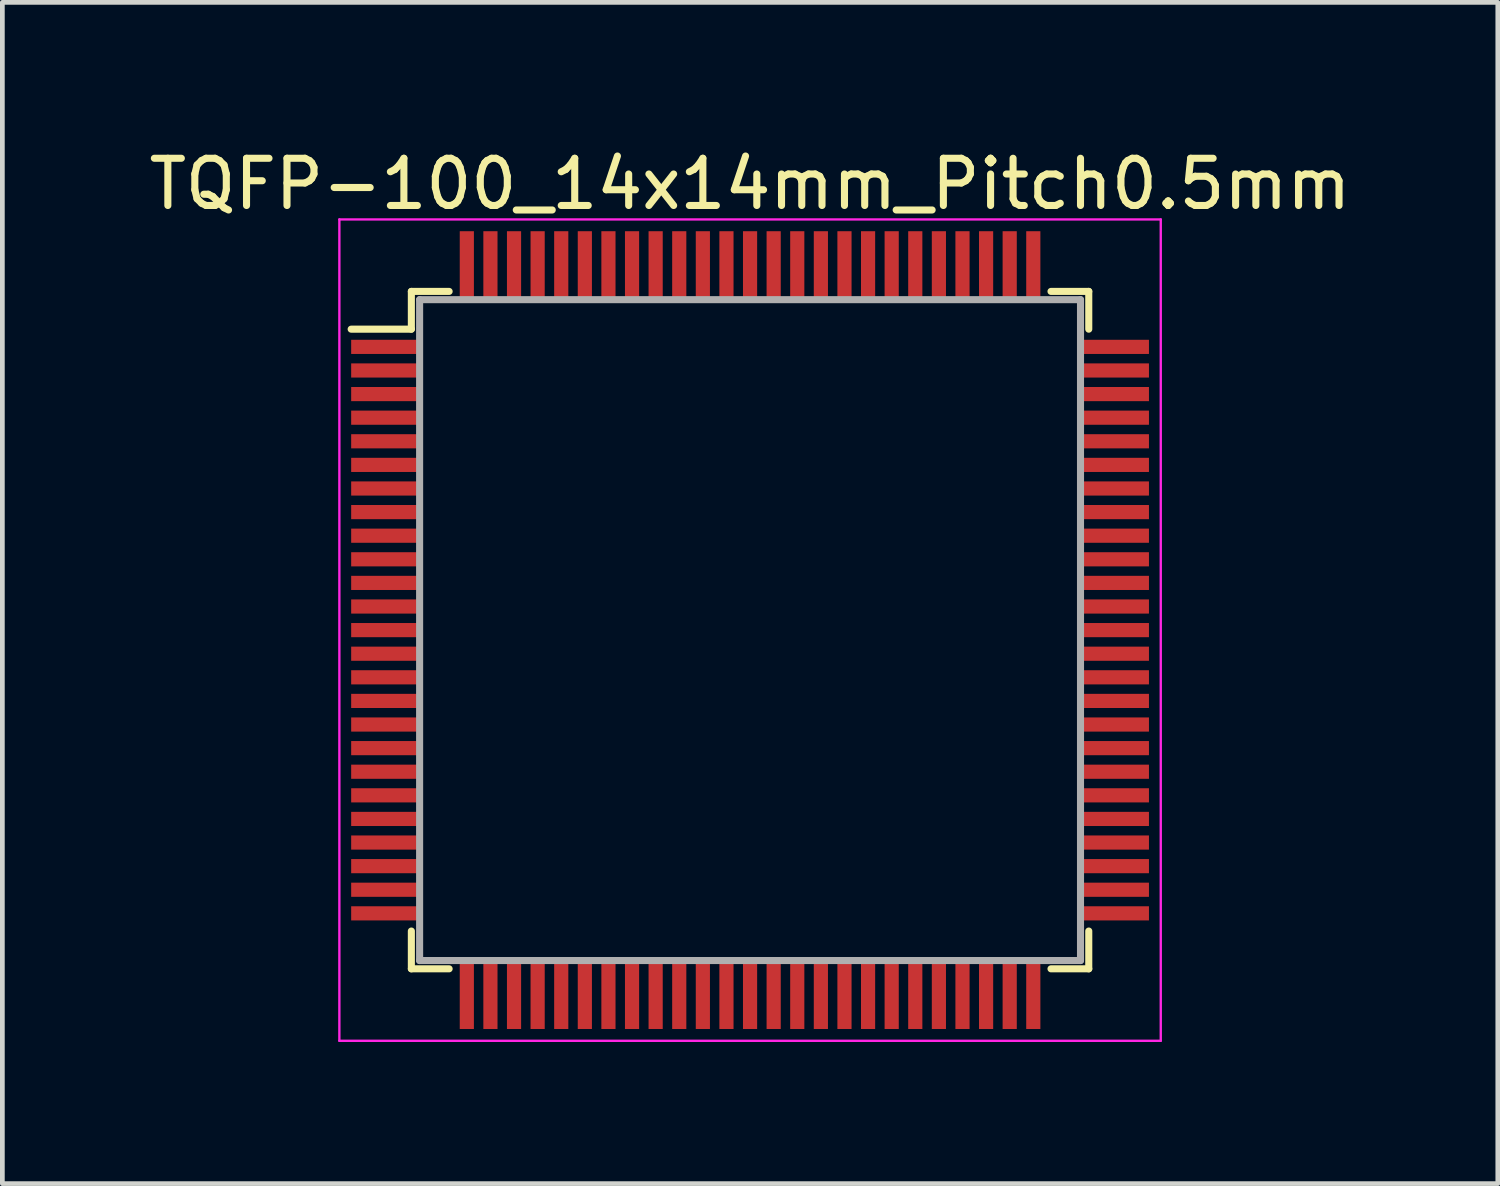
<source format=kicad_pcb>
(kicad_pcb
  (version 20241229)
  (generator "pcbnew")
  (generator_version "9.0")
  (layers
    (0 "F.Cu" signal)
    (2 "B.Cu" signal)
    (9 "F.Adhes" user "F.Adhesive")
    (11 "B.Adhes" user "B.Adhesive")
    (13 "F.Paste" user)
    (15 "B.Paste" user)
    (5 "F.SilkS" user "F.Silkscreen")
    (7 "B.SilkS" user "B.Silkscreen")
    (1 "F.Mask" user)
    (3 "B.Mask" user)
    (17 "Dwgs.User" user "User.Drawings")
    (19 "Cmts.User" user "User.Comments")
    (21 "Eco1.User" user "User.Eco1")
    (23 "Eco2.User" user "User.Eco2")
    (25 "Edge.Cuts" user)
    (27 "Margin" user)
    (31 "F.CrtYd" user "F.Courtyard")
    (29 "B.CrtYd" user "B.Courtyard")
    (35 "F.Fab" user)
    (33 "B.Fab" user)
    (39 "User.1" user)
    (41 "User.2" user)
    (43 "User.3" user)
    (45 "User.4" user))
  (footprint "TQFP-100_14x14mm_Pitch0.5mm"
    (layer "F.Cu")
    (at 12.839 10.298)
    (property "Reference" "TQFP-100_14x14mm_Pitch0.5mm" (at 0 -9.45 0) (layer "F.SilkS") (effects (font (size 1 1) (thickness 0.15))))
    (attr smd)
    (fp_line (start -7.175 -7.175) (end -7.175 -6.375) (stroke (width 0.15) (type solid)) (layer "F.SilkS"))
    (fp_line (start -7.175 -7.175) (end -6.375 -7.175) (stroke (width 0.15) (type solid)) (layer "F.SilkS"))
    (fp_line (start -7.175 -6.375) (end -8.45 -6.375) (stroke (width 0.15) (type solid)) (layer "F.SilkS"))
    (fp_line (start -7.175 7.175) (end -7.175 6.375) (stroke (width 0.15) (type solid)) (layer "F.SilkS"))
    (fp_line (start -7.175 7.175) (end -6.375 7.175) (stroke (width 0.15) (type solid)) (layer "F.SilkS"))
    (fp_line (start 7.175 -7.175) (end 6.375 -7.175) (stroke (width 0.15) (type solid)) (layer "F.SilkS"))
    (fp_line (start 7.175 -7.175) (end 7.175 -6.375) (stroke (width 0.15) (type solid)) (layer "F.SilkS"))
    (fp_line (start 7.175 7.175) (end 6.375 7.175) (stroke (width 0.15) (type solid)) (layer "F.SilkS"))
    (fp_line (start 7.175 7.175) (end 7.175 6.375) (stroke (width 0.15) (type solid)) (layer "F.SilkS"))
    (fp_line (start -8.7 -8.7) (end -8.7 8.7) (stroke (width 0.05) (type solid)) (layer "F.CrtYd"))
    (fp_line (start -8.7 -8.7) (end 8.7 -8.7) (stroke (width 0.05) (type solid)) (layer "F.CrtYd"))
    (fp_line (start -8.7 8.7) (end 8.7 8.7) (stroke (width 0.05) (type solid)) (layer "F.CrtYd"))
    (fp_line (start 8.7 -8.7) (end 8.7 8.7) (stroke (width 0.05) (type solid)) (layer "F.CrtYd"))
    (fp_line (start -7 -7) (end 7 -7) (stroke (width 0.15) (type solid)) (layer "F.Fab"))
    (fp_line (start -7 7) (end -7 -7) (stroke (width 0.15) (type solid)) (layer "F.Fab"))
    (fp_line (start 7 -7) (end 7 7) (stroke (width 0.15) (type solid)) (layer "F.Fab"))
    (fp_line (start 7 7) (end -7 7) (stroke (width 0.15) (type solid)) (layer "F.Fab"))
    (pad "1" smd rect (at -7.7 -6) (size 1.5 0.3) (layers "F.Cu" "F.Mask" "F.Paste"))
    (pad "2" smd rect (at -7.7 -5.5) (size 1.5 0.3) (layers "F.Cu" "F.Mask" "F.Paste"))
    (pad "3" smd rect (at -7.7 -5) (size 1.5 0.3) (layers "F.Cu" "F.Mask" "F.Paste"))
    (pad "4" smd rect (at -7.7 -4.5) (size 1.5 0.3) (layers "F.Cu" "F.Mask" "F.Paste"))
    (pad "5" smd rect (at -7.7 -4) (size 1.5 0.3) (layers "F.Cu" "F.Mask" "F.Paste"))
    (pad "6" smd rect (at -7.7 -3.5) (size 1.5 0.3) (layers "F.Cu" "F.Mask" "F.Paste"))
    (pad "7" smd rect (at -7.7 -3) (size 1.5 0.3) (layers "F.Cu" "F.Mask" "F.Paste"))
    (pad "8" smd rect (at -7.7 -2.5) (size 1.5 0.3) (layers "F.Cu" "F.Mask" "F.Paste"))
    (pad "9" smd rect (at -7.7 -2) (size 1.5 0.3) (layers "F.Cu" "F.Mask" "F.Paste"))
    (pad "10" smd rect (at -7.7 -1.5) (size 1.5 0.3) (layers "F.Cu" "F.Mask" "F.Paste"))
    (pad "11" smd rect (at -7.7 -1) (size 1.5 0.3) (layers "F.Cu" "F.Mask" "F.Paste"))
    (pad "12" smd rect (at -7.7 -0.5) (size 1.5 0.3) (layers "F.Cu" "F.Mask" "F.Paste"))
    (pad "13" smd rect (at -7.7 0) (size 1.5 0.3) (layers "F.Cu" "F.Mask" "F.Paste"))
    (pad "14" smd rect (at -7.7 0.5) (size 1.5 0.3) (layers "F.Cu" "F.Mask" "F.Paste"))
    (pad "15" smd rect (at -7.7 1) (size 1.5 0.3) (layers "F.Cu" "F.Mask" "F.Paste"))
    (pad "16" smd rect (at -7.7 1.5) (size 1.5 0.3) (layers "F.Cu" "F.Mask" "F.Paste"))
    (pad "17" smd rect (at -7.7 2) (size 1.5 0.3) (layers "F.Cu" "F.Mask" "F.Paste"))
    (pad "18" smd rect (at -7.7 2.5) (size 1.5 0.3) (layers "F.Cu" "F.Mask" "F.Paste"))
    (pad "19" smd rect (at -7.7 3) (size 1.5 0.3) (layers "F.Cu" "F.Mask" "F.Paste"))
    (pad "20" smd rect (at -7.7 3.5) (size 1.5 0.3) (layers "F.Cu" "F.Mask" "F.Paste"))
    (pad "21" smd rect (at -7.7 4) (size 1.5 0.3) (layers "F.Cu" "F.Mask" "F.Paste"))
    (pad "22" smd rect (at -7.7 4.5) (size 1.5 0.3) (layers "F.Cu" "F.Mask" "F.Paste"))
    (pad "23" smd rect (at -7.7 5) (size 1.5 0.3) (layers "F.Cu" "F.Mask" "F.Paste"))
    (pad "24" smd rect (at -7.7 5.5) (size 1.5 0.3) (layers "F.Cu" "F.Mask" "F.Paste"))
    (pad "25" smd rect (at -7.7 6) (size 1.5 0.3) (layers "F.Cu" "F.Mask" "F.Paste"))
    (pad "26" smd rect (at -6 7.7 90) (size 1.5 0.3) (layers "F.Cu" "F.Mask" "F.Paste"))
    (pad "27" smd rect (at -5.5 7.7 90) (size 1.5 0.3) (layers "F.Cu" "F.Mask" "F.Paste"))
    (pad "28" smd rect (at -5 7.7 90) (size 1.5 0.3) (layers "F.Cu" "F.Mask" "F.Paste"))
    (pad "29" smd rect (at -4.5 7.7 90) (size 1.5 0.3) (layers "F.Cu" "F.Mask" "F.Paste"))
    (pad "30" smd rect (at -4 7.7 90) (size 1.5 0.3) (layers "F.Cu" "F.Mask" "F.Paste"))
    (pad "31" smd rect (at -3.5 7.7 90) (size 1.5 0.3) (layers "F.Cu" "F.Mask" "F.Paste"))
    (pad "32" smd rect (at -3 7.7 90) (size 1.5 0.3) (layers "F.Cu" "F.Mask" "F.Paste"))
    (pad "33" smd rect (at -2.5 7.7 90) (size 1.5 0.3) (layers "F.Cu" "F.Mask" "F.Paste"))
    (pad "34" smd rect (at -2 7.7 90) (size 1.5 0.3) (layers "F.Cu" "F.Mask" "F.Paste"))
    (pad "35" smd rect (at -1.5 7.7 90) (size 1.5 0.3) (layers "F.Cu" "F.Mask" "F.Paste"))
    (pad "36" smd rect (at -1 7.7 90) (size 1.5 0.3) (layers "F.Cu" "F.Mask" "F.Paste"))
    (pad "37" smd rect (at -0.5 7.7 90) (size 1.5 0.3) (layers "F.Cu" "F.Mask" "F.Paste"))
    (pad "38" smd rect (at 0 7.7 90) (size 1.5 0.3) (layers "F.Cu" "F.Mask" "F.Paste"))
    (pad "39" smd rect (at 0.5 7.7 90) (size 1.5 0.3) (layers "F.Cu" "F.Mask" "F.Paste"))
    (pad "40" smd rect (at 1 7.7 90) (size 1.5 0.3) (layers "F.Cu" "F.Mask" "F.Paste"))
    (pad "41" smd rect (at 1.5 7.7 90) (size 1.5 0.3) (layers "F.Cu" "F.Mask" "F.Paste"))
    (pad "42" smd rect (at 2 7.7 90) (size 1.5 0.3) (layers "F.Cu" "F.Mask" "F.Paste"))
    (pad "43" smd rect (at 2.5 7.7 90) (size 1.5 0.3) (layers "F.Cu" "F.Mask" "F.Paste"))
    (pad "44" smd rect (at 3 7.7 90) (size 1.5 0.3) (layers "F.Cu" "F.Mask" "F.Paste"))
    (pad "45" smd rect (at 3.5 7.7 90) (size 1.5 0.3) (layers "F.Cu" "F.Mask" "F.Paste"))
    (pad "46" smd rect (at 4 7.7 90) (size 1.5 0.3) (layers "F.Cu" "F.Mask" "F.Paste"))
    (pad "47" smd rect (at 4.5 7.7 90) (size 1.5 0.3) (layers "F.Cu" "F.Mask" "F.Paste"))
    (pad "48" smd rect (at 5 7.7 90) (size 1.5 0.3) (layers "F.Cu" "F.Mask" "F.Paste"))
    (pad "49" smd rect (at 5.5 7.7 90) (size 1.5 0.3) (layers "F.Cu" "F.Mask" "F.Paste"))
    (pad "50" smd rect (at 6 7.7 90) (size 1.5 0.3) (layers "F.Cu" "F.Mask" "F.Paste"))
    (pad "51" smd rect (at 7.7 6) (size 1.5 0.3) (layers "F.Cu" "F.Mask" "F.Paste"))
    (pad "52" smd rect (at 7.7 5.5) (size 1.5 0.3) (layers "F.Cu" "F.Mask" "F.Paste"))
    (pad "53" smd rect (at 7.7 5) (size 1.5 0.3) (layers "F.Cu" "F.Mask" "F.Paste"))
    (pad "54" smd rect (at 7.7 4.5) (size 1.5 0.3) (layers "F.Cu" "F.Mask" "F.Paste"))
    (pad "55" smd rect (at 7.7 4) (size 1.5 0.3) (layers "F.Cu" "F.Mask" "F.Paste"))
    (pad "56" smd rect (at 7.7 3.5) (size 1.5 0.3) (layers "F.Cu" "F.Mask" "F.Paste"))
    (pad "57" smd rect (at 7.7 3) (size 1.5 0.3) (layers "F.Cu" "F.Mask" "F.Paste"))
    (pad "58" smd rect (at 7.7 2.5) (size 1.5 0.3) (layers "F.Cu" "F.Mask" "F.Paste"))
    (pad "59" smd rect (at 7.7 2) (size 1.5 0.3) (layers "F.Cu" "F.Mask" "F.Paste"))
    (pad "60" smd rect (at 7.7 1.5) (size 1.5 0.3) (layers "F.Cu" "F.Mask" "F.Paste"))
    (pad "61" smd rect (at 7.7 1) (size 1.5 0.3) (layers "F.Cu" "F.Mask" "F.Paste"))
    (pad "62" smd rect (at 7.7 0.5) (size 1.5 0.3) (layers "F.Cu" "F.Mask" "F.Paste"))
    (pad "63" smd rect (at 7.7 0) (size 1.5 0.3) (layers "F.Cu" "F.Mask" "F.Paste"))
    (pad "64" smd rect (at 7.7 -0.5) (size 1.5 0.3) (layers "F.Cu" "F.Mask" "F.Paste"))
    (pad "65" smd rect (at 7.7 -1) (size 1.5 0.3) (layers "F.Cu" "F.Mask" "F.Paste"))
    (pad "66" smd rect (at 7.7 -1.5) (size 1.5 0.3) (layers "F.Cu" "F.Mask" "F.Paste"))
    (pad "67" smd rect (at 7.7 -2) (size 1.5 0.3) (layers "F.Cu" "F.Mask" "F.Paste"))
    (pad "68" smd rect (at 7.7 -2.5) (size 1.5 0.3) (layers "F.Cu" "F.Mask" "F.Paste"))
    (pad "69" smd rect (at 7.7 -3) (size 1.5 0.3) (layers "F.Cu" "F.Mask" "F.Paste"))
    (pad "70" smd rect (at 7.7 -3.5) (size 1.5 0.3) (layers "F.Cu" "F.Mask" "F.Paste"))
    (pad "71" smd rect (at 7.7 -4) (size 1.5 0.3) (layers "F.Cu" "F.Mask" "F.Paste"))
    (pad "72" smd rect (at 7.7 -4.5) (size 1.5 0.3) (layers "F.Cu" "F.Mask" "F.Paste"))
    (pad "73" smd rect (at 7.7 -5) (size 1.5 0.3) (layers "F.Cu" "F.Mask" "F.Paste"))
    (pad "74" smd rect (at 7.7 -5.5) (size 1.5 0.3) (layers "F.Cu" "F.Mask" "F.Paste"))
    (pad "75" smd rect (at 7.7 -6) (size 1.5 0.3) (layers "F.Cu" "F.Mask" "F.Paste"))
    (pad "76" smd rect (at 6 -7.7 90) (size 1.5 0.3) (layers "F.Cu" "F.Mask" "F.Paste"))
    (pad "77" smd rect (at 5.5 -7.7 90) (size 1.5 0.3) (layers "F.Cu" "F.Mask" "F.Paste"))
    (pad "78" smd rect (at 5 -7.7 90) (size 1.5 0.3) (layers "F.Cu" "F.Mask" "F.Paste"))
    (pad "79" smd rect (at 4.5 -7.7 90) (size 1.5 0.3) (layers "F.Cu" "F.Mask" "F.Paste"))
    (pad "80" smd rect (at 4 -7.7 90) (size 1.5 0.3) (layers "F.Cu" "F.Mask" "F.Paste"))
    (pad "81" smd rect (at 3.5 -7.7 90) (size 1.5 0.3) (layers "F.Cu" "F.Mask" "F.Paste"))
    (pad "82" smd rect (at 3 -7.7 90) (size 1.5 0.3) (layers "F.Cu" "F.Mask" "F.Paste"))
    (pad "83" smd rect (at 2.5 -7.7 90) (size 1.5 0.3) (layers "F.Cu" "F.Mask" "F.Paste"))
    (pad "84" smd rect (at 2 -7.7 90) (size 1.5 0.3) (layers "F.Cu" "F.Mask" "F.Paste"))
    (pad "85" smd rect (at 1.5 -7.7 90) (size 1.5 0.3) (layers "F.Cu" "F.Mask" "F.Paste"))
    (pad "86" smd rect (at 1 -7.7 90) (size 1.5 0.3) (layers "F.Cu" "F.Mask" "F.Paste"))
    (pad "87" smd rect (at 0.5 -7.7 90) (size 1.5 0.3) (layers "F.Cu" "F.Mask" "F.Paste"))
    (pad "88" smd rect (at 0 -7.7 90) (size 1.5 0.3) (layers "F.Cu" "F.Mask" "F.Paste"))
    (pad "89" smd rect (at -0.5 -7.7 90) (size 1.5 0.3) (layers "F.Cu" "F.Mask" "F.Paste"))
    (pad "90" smd rect (at -1 -7.7 90) (size 1.5 0.3) (layers "F.Cu" "F.Mask" "F.Paste"))
    (pad "91" smd rect (at -1.5 -7.7 90) (size 1.5 0.3) (layers "F.Cu" "F.Mask" "F.Paste"))
    (pad "92" smd rect (at -2 -7.7 90) (size 1.5 0.3) (layers "F.Cu" "F.Mask" "F.Paste"))
    (pad "93" smd rect (at -2.5 -7.7 90) (size 1.5 0.3) (layers "F.Cu" "F.Mask" "F.Paste"))
    (pad "94" smd rect (at -3 -7.7 90) (size 1.5 0.3) (layers "F.Cu" "F.Mask" "F.Paste"))
    (pad "95" smd rect (at -3.5 -7.7 90) (size 1.5 0.3) (layers "F.Cu" "F.Mask" "F.Paste"))
    (pad "96" smd rect (at -4 -7.7 90) (size 1.5 0.3) (layers "F.Cu" "F.Mask" "F.Paste"))
    (pad "97" smd rect (at -4.5 -7.7 90) (size 1.5 0.3) (layers "F.Cu" "F.Mask" "F.Paste"))
    (pad "98" smd rect (at -5 -7.7 90) (size 1.5 0.3) (layers "F.Cu" "F.Mask" "F.Paste"))
    (pad "99" smd rect (at -5.5 -7.7 90) (size 1.5 0.3) (layers "F.Cu" "F.Mask" "F.Paste"))
    (pad "100" smd rect (at -6 -7.7 90) (size 1.5 0.3) (layers "F.Cu" "F.Mask" "F.Paste")))
  (gr_rect
    (start -3 -3)
    (end 28.679 22.023)
    (stroke (width 0.1) (type default))
    (fill no)
    (layer "Edge.Cuts")))
</source>
